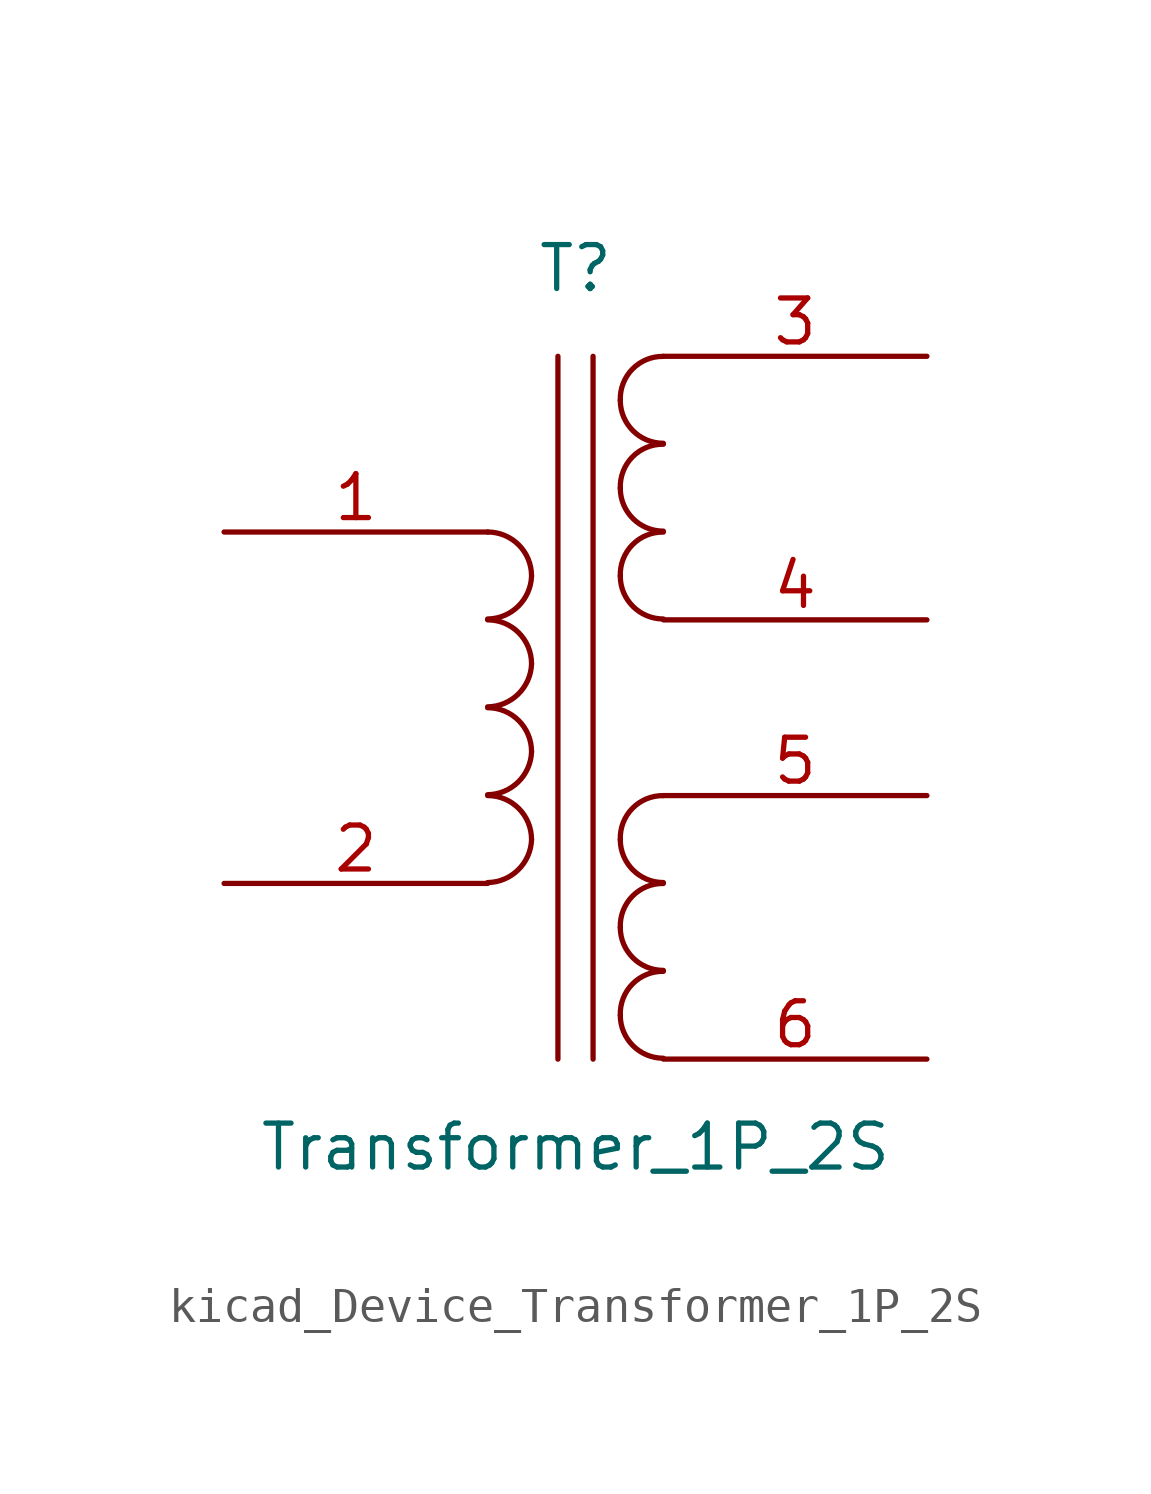
<source format=kicad_sym>
(kicad_symbol_lib
  (version 20220914)
  (generator kicad_symbol_editor)
  (symbol "kicad_Device_Transformer_1P_2S"
    (pin_names
      (offset 1.016) hide)
    (property "Reference" "T"
      (at 0 12.7 0)
      (effects (font (size 1.27 1.27))))
    (property "Value" "Transformer_1P_2S"
      (at 0 -12.7 0)
      (effects (font (size 1.27 1.27))))
    (symbol "kicad_Device_Transformer_1P_2S_0_1"
      (arc (start -2.54 -5.0546) (mid -1.6599 -4.6901) (end -1.27 -3.81) (stroke (width 0) (type default)) (fill (type none)))
      (arc (start -2.54 -2.5146) (mid -1.6599 -2.1501) (end -1.27 -1.27) (stroke (width 0) (type default)) (fill (type none)))
      (arc (start -2.54 0.0254) (mid -1.6599 0.3899) (end -1.27 1.27) (stroke (width 0) (type default)) (fill (type none)))
      (arc (start -2.54 2.5654) (mid -1.6599 2.9299) (end -1.27 3.81) (stroke (width 0) (type default)) (fill (type none)))
      (arc (start -1.27 -3.81) (mid -1.642 -2.912) (end -2.54 -2.54) (stroke (width 0) (type default)) (fill (type none)))
      (arc (start -1.27 -1.27) (mid -1.642 -0.372) (end -2.54 0) (stroke (width 0) (type default)) (fill (type none)))
      (arc (start -1.27 1.27) (mid -1.642 2.168) (end -2.54 2.54) (stroke (width 0) (type default)) (fill (type none)))
      (arc (start -1.27 3.81) (mid -1.642 4.708) (end -2.54 5.08) (stroke (width 0) (type default)) (fill (type none)))
      (polyline (pts (xy -0.508 -10.16) (xy -0.508 10.16)) (stroke (width 0) (type default)) (fill (type none)))
      (polyline (pts (xy 0.508 10.16) (xy 0.508 -10.16)) (stroke (width 0) (type default)) (fill (type none)))
      (arc (start 1.2954 -8.89) (mid 1.6599 -9.7701) (end 2.54 -10.1346) (stroke (width 0) (type default)) (fill (type none)))
      (arc (start 1.2954 -6.35) (mid 1.6599 -7.2301) (end 2.54 -7.5946) (stroke (width 0) (type default)) (fill (type none)))
      (arc (start 1.2954 -3.81) (mid 1.6599 -4.6901) (end 2.54 -5.0546) (stroke (width 0) (type default)) (fill (type none)))
      (arc (start 1.2954 3.81) (mid 1.6599 2.9299) (end 2.54 2.5654) (stroke (width 0) (type default)) (fill (type none)))
      (arc (start 1.2954 6.35) (mid 1.6599 5.4699) (end 2.54 5.1054) (stroke (width 0) (type default)) (fill (type none)))
      (arc (start 1.2954 8.89) (mid 1.6599 8.0099) (end 2.54 7.6454) (stroke (width 0) (type default)) (fill (type none)))
      (arc (start 2.54 -7.62) (mid 1.642 -7.992) (end 1.2954 -8.89) (stroke (width 0) (type default)) (fill (type none)))
      (arc (start 2.54 -5.08) (mid 1.642 -5.452) (end 1.2954 -6.35) (stroke (width 0) (type default)) (fill (type none)))
      (arc (start 2.54 -2.54) (mid 1.642 -2.912) (end 1.2954 -3.81) (stroke (width 0) (type default)) (fill (type none)))
      (arc (start 2.54 5.08) (mid 1.642 4.708) (end 1.2954 3.81) (stroke (width 0) (type default)) (fill (type none)))
      (arc (start 2.54 7.62) (mid 1.642 7.248) (end 1.2954 6.35) (stroke (width 0) (type default)) (fill (type none)))
      (arc (start 2.54 10.16) (mid 1.642 9.788) (end 1.2954 8.89) (stroke (width 0) (type default)) (fill (type none))))
    (symbol "kicad_Device_Transformer_1P_2S_1_1"
      (pin passive line (at -10.16 5.08 0) (length 7.62) (name "AA" (effects (font (size 1.27 1.27)))) (number "1" (effects (font (size 1.27 1.27)))))
      (pin passive line (at -10.16 -5.08 0) (length 7.62) (name "AB" (effects (font (size 1.27 1.27)))) (number "2" (effects (font (size 1.27 1.27)))))
      (pin passive line (at 10.16 10.16 180) (length 7.62) (name "SA" (effects (font (size 1.27 1.27)))) (number "3" (effects (font (size 1.27 1.27)))))
      (pin passive line (at 10.16 2.54 180) (length 7.62) (name "SB" (effects (font (size 1.27 1.27)))) (number "4" (effects (font (size 1.27 1.27)))))
      (pin passive line (at 10.16 -2.54 180) (length 7.62) (name "SC" (effects (font (size 1.27 1.27)))) (number "5" (effects (font (size 1.27 1.27)))))
      (pin passive line (at 10.16 -10.16 180) (length 7.62) (name "SD" (effects (font (size 1.27 1.27)))) (number "6" (effects (font (size 1.27 1.27))))))))
</source>
